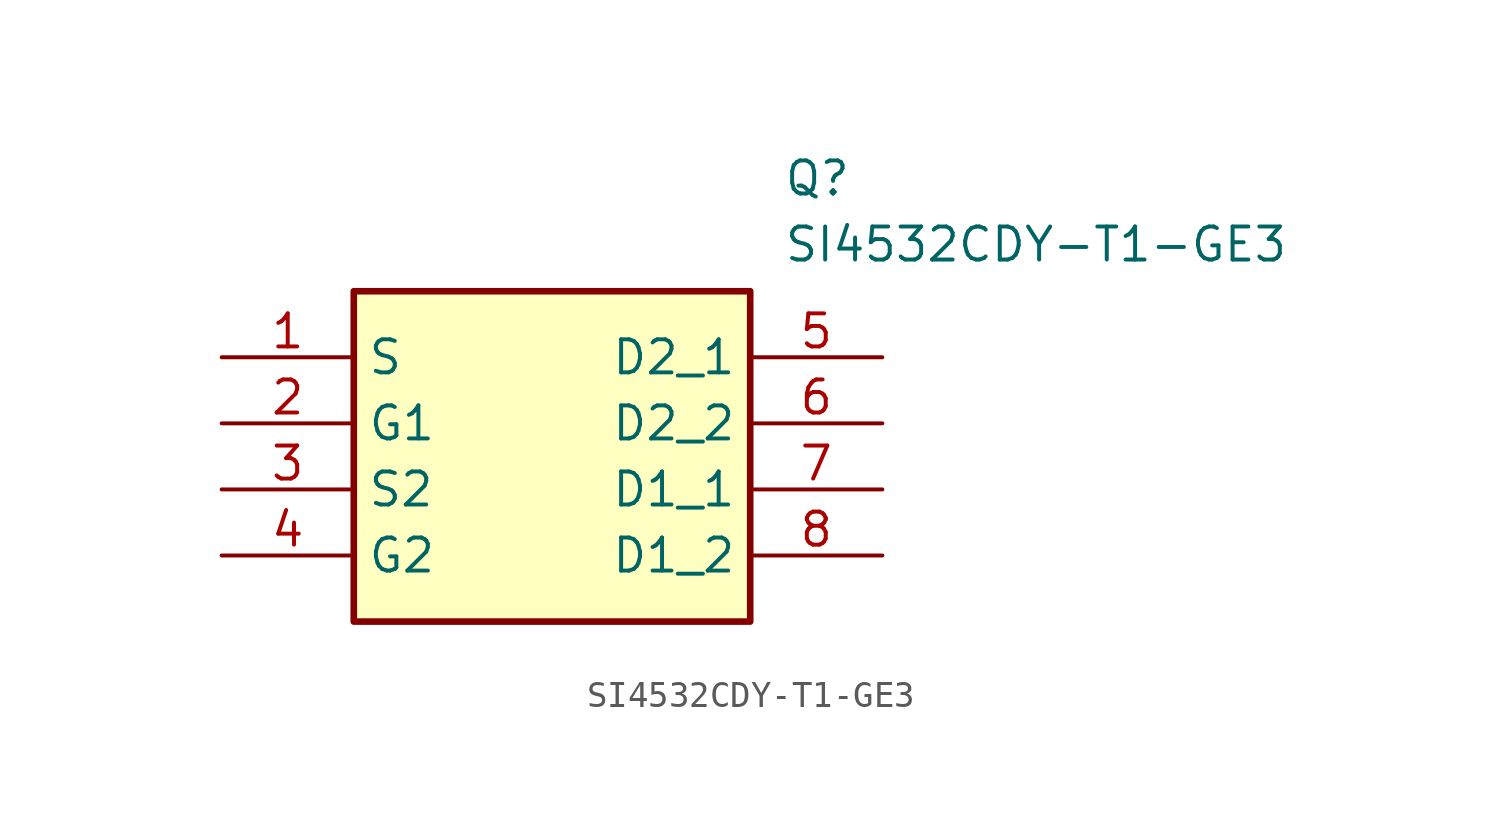
<source format=kicad_sym>
(kicad_symbol_lib
  (version 20231120)
  (generator "kicad_symbol_editor")
  (generator_version "8.0")
  (symbol "SI4532CDY-T1-GE3"
    (property "Reference" "Q"
      (at 21.59 7.62 0)
      (effects (font (size 1.27 1.27)) (justify left top)))
    (property "Value" "SI4532CDY-T1-GE3"
      (at 21.59 5.08 0)
      (effects (font (size 1.27 1.27)) (justify left top)))
    (symbol "SI4532CDY-T1-GE3_1_1"
      (rectangle (start 5.08 2.54) (end 20.32 -10.16) (stroke (width 0.254) (type default)) (fill (type background)))
      (pin passive line (at 0 0 0) (length 5.08) (name "S" (effects (font (size 1.27 1.27)))) (number "1" (effects (font (size 1.27 1.27)))))
      (pin passive line (at 0 -2.54 0) (length 5.08) (name "G1" (effects (font (size 1.27 1.27)))) (number "2" (effects (font (size 1.27 1.27)))))
      (pin passive line (at 0 -5.08 0) (length 5.08) (name "S2" (effects (font (size 1.27 1.27)))) (number "3" (effects (font (size 1.27 1.27)))))
      (pin passive line (at 0 -7.62 0) (length 5.08) (name "G2" (effects (font (size 1.27 1.27)))) (number "4" (effects (font (size 1.27 1.27)))))
      (pin passive line (at 25.4 0 180) (length 5.08) (name "D2_1" (effects (font (size 1.27 1.27)))) (number "5" (effects (font (size 1.27 1.27)))))
      (pin passive line (at 25.4 -2.54 180) (length 5.08) (name "D2_2" (effects (font (size 1.27 1.27)))) (number "6" (effects (font (size 1.27 1.27)))))
      (pin passive line (at 25.4 -5.08 180) (length 5.08) (name "D1_1" (effects (font (size 1.27 1.27)))) (number "7" (effects (font (size 1.27 1.27)))))
      (pin passive line (at 25.4 -7.62 180) (length 5.08) (name "D1_2" (effects (font (size 1.27 1.27)))) (number "8" (effects (font (size 1.27 1.27))))))))
</source>
